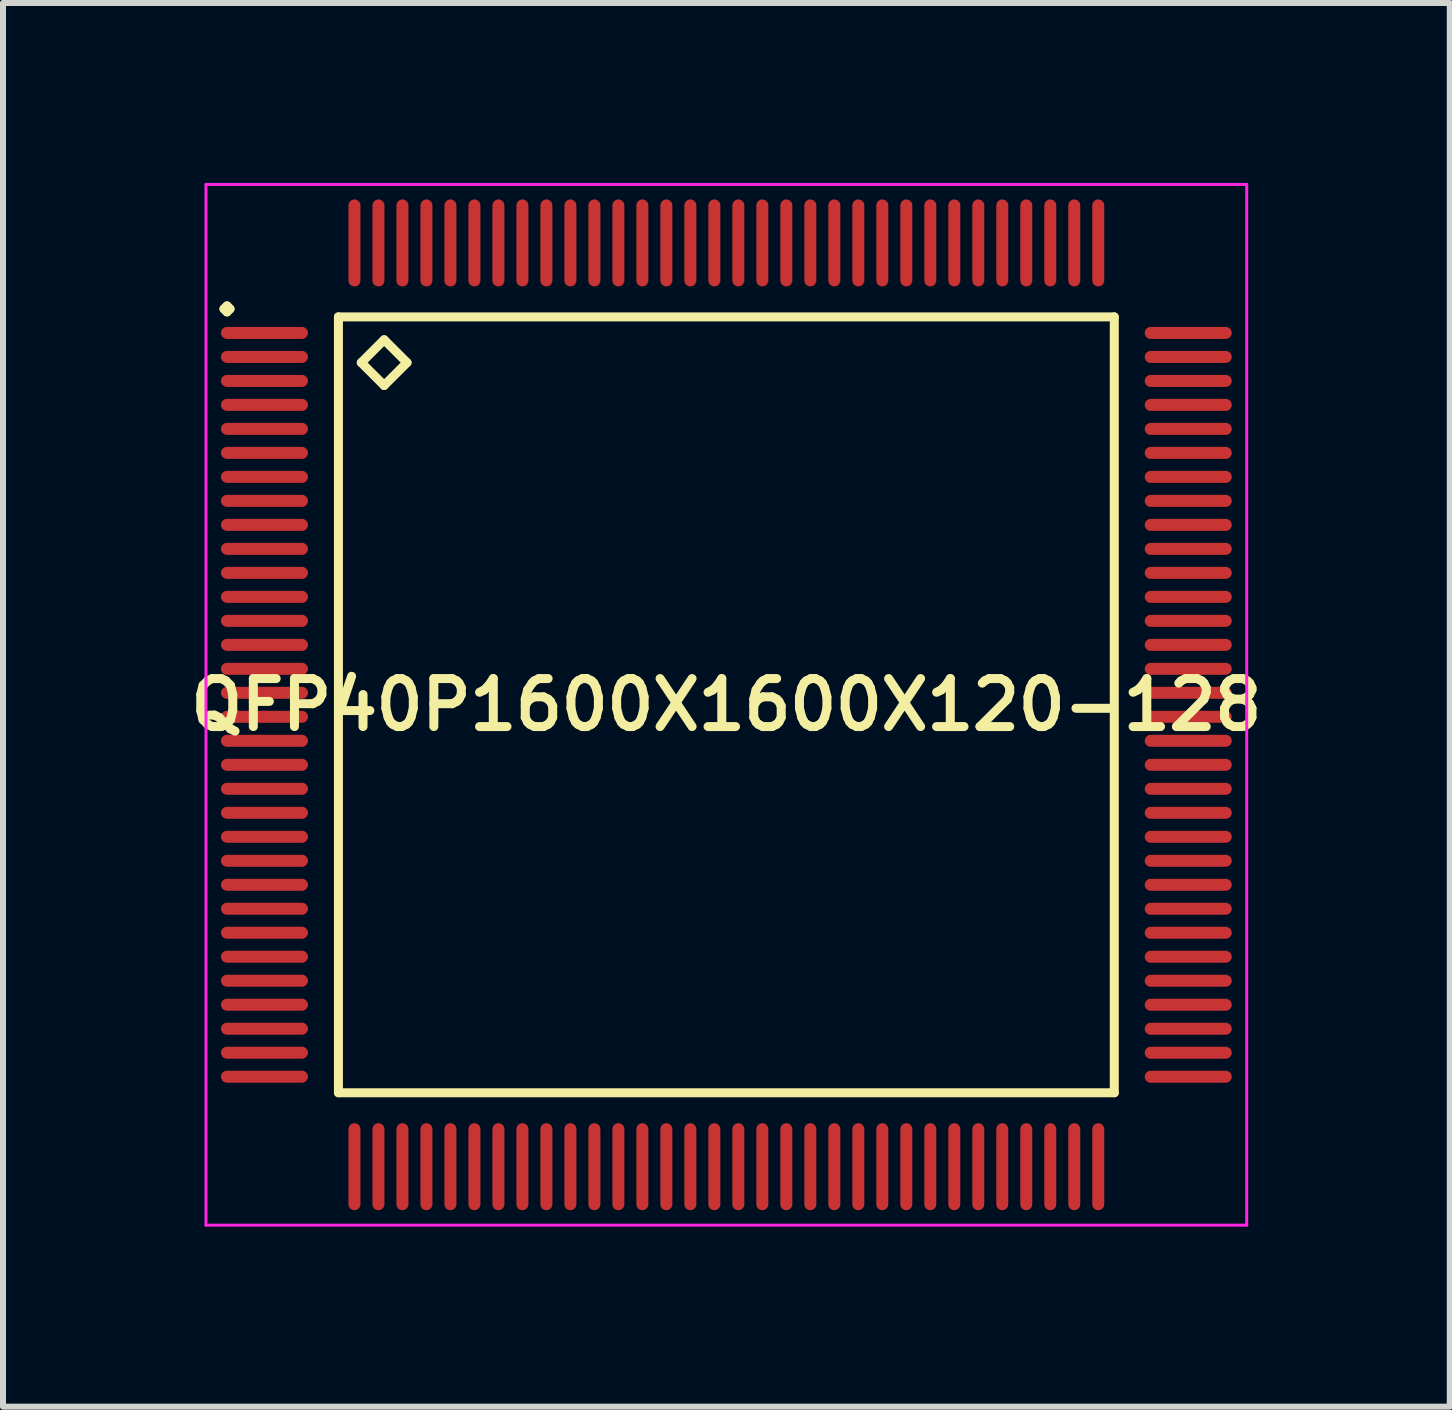
<source format=kicad_pcb>
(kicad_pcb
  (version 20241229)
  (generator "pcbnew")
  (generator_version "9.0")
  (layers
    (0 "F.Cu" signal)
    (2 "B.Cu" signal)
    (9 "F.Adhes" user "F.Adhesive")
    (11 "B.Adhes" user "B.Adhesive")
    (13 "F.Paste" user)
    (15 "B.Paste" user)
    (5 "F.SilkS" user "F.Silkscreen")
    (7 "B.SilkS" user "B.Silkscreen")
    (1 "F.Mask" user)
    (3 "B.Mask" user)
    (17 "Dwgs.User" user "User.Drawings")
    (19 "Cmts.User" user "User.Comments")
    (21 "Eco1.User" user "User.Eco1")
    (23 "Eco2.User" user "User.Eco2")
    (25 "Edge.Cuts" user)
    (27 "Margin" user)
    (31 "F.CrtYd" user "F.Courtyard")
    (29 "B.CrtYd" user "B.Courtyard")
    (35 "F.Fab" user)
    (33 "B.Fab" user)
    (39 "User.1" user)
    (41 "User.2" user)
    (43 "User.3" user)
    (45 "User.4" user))
  (footprint "QFP40P1600X1600X120-128"
    (layer "F.Cu")
    (at 9.059 8.7)
    (property "Reference" "QFP40P1600X1600X120-128" (at 0 0 0) (layer "F.SilkS") (effects (font (size 0.8 0.8) (thickness 0.15))))
    (attr smd)
    (fp_line (start -8.375 -6.6) (end -8.325 -6.65) (stroke (width 0.15) (type solid)) (layer "F.SilkS"))
    (fp_line (start -8.325 -6.65) (end -8.275 -6.6) (stroke (width 0.15) (type solid)) (layer "F.SilkS"))
    (fp_line (start -8.325 -6.55) (end -8.375 -6.6) (stroke (width 0.15) (type solid)) (layer "F.SilkS"))
    (fp_line (start -8.275 -6.6) (end -8.325 -6.55) (stroke (width 0.15) (type solid)) (layer "F.SilkS"))
    (fp_line (start -6.467 -6.467) (end -6.467 6.467) (stroke (width 0.15) (type solid)) (layer "F.SilkS"))
    (fp_line (start -6.467 6.467) (end 6.467 6.467) (stroke (width 0.15) (type solid)) (layer "F.SilkS"))
    (fp_line (start -6.086 -5.705) (end -5.705 -6.086) (stroke (width 0.15) (type solid)) (layer "F.SilkS"))
    (fp_line (start -5.705 -6.086) (end -5.324 -5.705) (stroke (width 0.15) (type solid)) (layer "F.SilkS"))
    (fp_line (start -5.705 -5.324) (end -6.086 -5.705) (stroke (width 0.15) (type solid)) (layer "F.SilkS"))
    (fp_line (start -5.324 -5.705) (end -5.705 -5.324) (stroke (width 0.15) (type solid)) (layer "F.SilkS"))
    (fp_line (start 6.467 -6.467) (end -6.467 -6.467) (stroke (width 0.15) (type solid)) (layer "F.SilkS"))
    (fp_line (start 6.467 6.467) (end 6.467 -6.467) (stroke (width 0.15) (type solid)) (layer "F.SilkS"))
    (fp_line (start -8.675 -8.675) (end 8.675 -8.675) (stroke (width 0.05) (type solid)) (layer "F.CrtYd"))
    (fp_line (start -8.675 8.675) (end -8.675 -8.675) (stroke (width 0.05) (type solid)) (layer "F.CrtYd"))
    (fp_line (start 8.675 -8.675) (end 8.675 8.675) (stroke (width 0.05) (type solid)) (layer "F.CrtYd"))
    (fp_line (start 8.675 8.675) (end -8.675 8.675) (stroke (width 0.05) (type solid)) (layer "F.CrtYd"))
    (pad "1" smd oval (at -7.7 -6.2) (size 1.45 0.2) (layers "F.Cu" "F.Mask" "F.Paste"))
    (pad "2" smd oval (at -7.7 -5.8) (size 1.45 0.2) (layers "F.Cu" "F.Mask" "F.Paste"))
    (pad "3" smd oval (at -7.7 -5.4) (size 1.45 0.2) (layers "F.Cu" "F.Mask" "F.Paste"))
    (pad "4" smd oval (at -7.7 -5) (size 1.45 0.2) (layers "F.Cu" "F.Mask" "F.Paste"))
    (pad "5" smd oval (at -7.7 -4.6) (size 1.45 0.2) (layers "F.Cu" "F.Mask" "F.Paste"))
    (pad "6" smd oval (at -7.7 -4.2) (size 1.45 0.2) (layers "F.Cu" "F.Mask" "F.Paste"))
    (pad "7" smd oval (at -7.7 -3.8) (size 1.45 0.2) (layers "F.Cu" "F.Mask" "F.Paste"))
    (pad "8" smd oval (at -7.7 -3.4) (size 1.45 0.2) (layers "F.Cu" "F.Mask" "F.Paste"))
    (pad "9" smd oval (at -7.7 -3) (size 1.45 0.2) (layers "F.Cu" "F.Mask" "F.Paste"))
    (pad "10" smd oval (at -7.7 -2.6) (size 1.45 0.2) (layers "F.Cu" "F.Mask" "F.Paste"))
    (pad "11" smd oval (at -7.7 -2.2) (size 1.45 0.2) (layers "F.Cu" "F.Mask" "F.Paste"))
    (pad "12" smd oval (at -7.7 -1.8) (size 1.45 0.2) (layers "F.Cu" "F.Mask" "F.Paste"))
    (pad "13" smd oval (at -7.7 -1.4) (size 1.45 0.2) (layers "F.Cu" "F.Mask" "F.Paste"))
    (pad "14" smd oval (at -7.7 -1) (size 1.45 0.2) (layers "F.Cu" "F.Mask" "F.Paste"))
    (pad "15" smd oval (at -7.7 -0.6) (size 1.45 0.2) (layers "F.Cu" "F.Mask" "F.Paste"))
    (pad "16" smd oval (at -7.7 -0.2) (size 1.45 0.2) (layers "F.Cu" "F.Mask" "F.Paste"))
    (pad "17" smd oval (at -7.7 0.2) (size 1.45 0.2) (layers "F.Cu" "F.Mask" "F.Paste"))
    (pad "18" smd oval (at -7.7 0.6) (size 1.45 0.2) (layers "F.Cu" "F.Mask" "F.Paste"))
    (pad "19" smd oval (at -7.7 1) (size 1.45 0.2) (layers "F.Cu" "F.Mask" "F.Paste"))
    (pad "20" smd oval (at -7.7 1.4) (size 1.45 0.2) (layers "F.Cu" "F.Mask" "F.Paste"))
    (pad "21" smd oval (at -7.7 1.8) (size 1.45 0.2) (layers "F.Cu" "F.Mask" "F.Paste"))
    (pad "22" smd oval (at -7.7 2.2) (size 1.45 0.2) (layers "F.Cu" "F.Mask" "F.Paste"))
    (pad "23" smd oval (at -7.7 2.6) (size 1.45 0.2) (layers "F.Cu" "F.Mask" "F.Paste"))
    (pad "24" smd oval (at -7.7 3) (size 1.45 0.2) (layers "F.Cu" "F.Mask" "F.Paste"))
    (pad "25" smd oval (at -7.7 3.4) (size 1.45 0.2) (layers "F.Cu" "F.Mask" "F.Paste"))
    (pad "26" smd oval (at -7.7 3.8) (size 1.45 0.2) (layers "F.Cu" "F.Mask" "F.Paste"))
    (pad "27" smd oval (at -7.7 4.2) (size 1.45 0.2) (layers "F.Cu" "F.Mask" "F.Paste"))
    (pad "28" smd oval (at -7.7 4.6) (size 1.45 0.2) (layers "F.Cu" "F.Mask" "F.Paste"))
    (pad "29" smd oval (at -7.7 5) (size 1.45 0.2) (layers "F.Cu" "F.Mask" "F.Paste"))
    (pad "30" smd oval (at -7.7 5.4) (size 1.45 0.2) (layers "F.Cu" "F.Mask" "F.Paste"))
    (pad "31" smd oval (at -7.7 5.8) (size 1.45 0.2) (layers "F.Cu" "F.Mask" "F.Paste"))
    (pad "32" smd oval (at -7.7 6.2) (size 1.45 0.2) (layers "F.Cu" "F.Mask" "F.Paste"))
    (pad "33" smd oval (at -6.2 7.7) (size 0.2 1.45) (layers "F.Cu" "F.Mask" "F.Paste"))
    (pad "34" smd oval (at -5.8 7.7) (size 0.2 1.45) (layers "F.Cu" "F.Mask" "F.Paste"))
    (pad "35" smd oval (at -5.4 7.7) (size 0.2 1.45) (layers "F.Cu" "F.Mask" "F.Paste"))
    (pad "36" smd oval (at -5 7.7) (size 0.2 1.45) (layers "F.Cu" "F.Mask" "F.Paste"))
    (pad "37" smd oval (at -4.6 7.7) (size 0.2 1.45) (layers "F.Cu" "F.Mask" "F.Paste"))
    (pad "38" smd oval (at -4.2 7.7) (size 0.2 1.45) (layers "F.Cu" "F.Mask" "F.Paste"))
    (pad "39" smd oval (at -3.8 7.7) (size 0.2 1.45) (layers "F.Cu" "F.Mask" "F.Paste"))
    (pad "40" smd oval (at -3.4 7.7) (size 0.2 1.45) (layers "F.Cu" "F.Mask" "F.Paste"))
    (pad "41" smd oval (at -3 7.7) (size 0.2 1.45) (layers "F.Cu" "F.Mask" "F.Paste"))
    (pad "42" smd oval (at -2.6 7.7) (size 0.2 1.45) (layers "F.Cu" "F.Mask" "F.Paste"))
    (pad "43" smd oval (at -2.2 7.7) (size 0.2 1.45) (layers "F.Cu" "F.Mask" "F.Paste"))
    (pad "44" smd oval (at -1.8 7.7) (size 0.2 1.45) (layers "F.Cu" "F.Mask" "F.Paste"))
    (pad "45" smd oval (at -1.4 7.7) (size 0.2 1.45) (layers "F.Cu" "F.Mask" "F.Paste"))
    (pad "46" smd oval (at -1 7.7) (size 0.2 1.45) (layers "F.Cu" "F.Mask" "F.Paste"))
    (pad "47" smd oval (at -0.6 7.7) (size 0.2 1.45) (layers "F.Cu" "F.Mask" "F.Paste"))
    (pad "48" smd oval (at -0.2 7.7) (size 0.2 1.45) (layers "F.Cu" "F.Mask" "F.Paste"))
    (pad "49" smd oval (at 0.2 7.7) (size 0.2 1.45) (layers "F.Cu" "F.Mask" "F.Paste"))
    (pad "50" smd oval (at 0.6 7.7) (size 0.2 1.45) (layers "F.Cu" "F.Mask" "F.Paste"))
    (pad "51" smd oval (at 1 7.7) (size 0.2 1.45) (layers "F.Cu" "F.Mask" "F.Paste"))
    (pad "52" smd oval (at 1.4 7.7) (size 0.2 1.45) (layers "F.Cu" "F.Mask" "F.Paste"))
    (pad "53" smd oval (at 1.8 7.7) (size 0.2 1.45) (layers "F.Cu" "F.Mask" "F.Paste"))
    (pad "54" smd oval (at 2.2 7.7) (size 0.2 1.45) (layers "F.Cu" "F.Mask" "F.Paste"))
    (pad "55" smd oval (at 2.6 7.7) (size 0.2 1.45) (layers "F.Cu" "F.Mask" "F.Paste"))
    (pad "56" smd oval (at 3 7.7) (size 0.2 1.45) (layers "F.Cu" "F.Mask" "F.Paste"))
    (pad "57" smd oval (at 3.4 7.7) (size 0.2 1.45) (layers "F.Cu" "F.Mask" "F.Paste"))
    (pad "58" smd oval (at 3.8 7.7) (size 0.2 1.45) (layers "F.Cu" "F.Mask" "F.Paste"))
    (pad "59" smd oval (at 4.2 7.7) (size 0.2 1.45) (layers "F.Cu" "F.Mask" "F.Paste"))
    (pad "60" smd oval (at 4.6 7.7) (size 0.2 1.45) (layers "F.Cu" "F.Mask" "F.Paste"))
    (pad "61" smd oval (at 5 7.7) (size 0.2 1.45) (layers "F.Cu" "F.Mask" "F.Paste"))
    (pad "62" smd oval (at 5.4 7.7) (size 0.2 1.45) (layers "F.Cu" "F.Mask" "F.Paste"))
    (pad "63" smd oval (at 5.8 7.7) (size 0.2 1.45) (layers "F.Cu" "F.Mask" "F.Paste"))
    (pad "64" smd oval (at 6.2 7.7) (size 0.2 1.45) (layers "F.Cu" "F.Mask" "F.Paste"))
    (pad "65" smd oval (at 7.7 6.2) (size 1.45 0.2) (layers "F.Cu" "F.Mask" "F.Paste"))
    (pad "66" smd oval (at 7.7 5.8) (size 1.45 0.2) (layers "F.Cu" "F.Mask" "F.Paste"))
    (pad "67" smd oval (at 7.7 5.4) (size 1.45 0.2) (layers "F.Cu" "F.Mask" "F.Paste"))
    (pad "68" smd oval (at 7.7 5) (size 1.45 0.2) (layers "F.Cu" "F.Mask" "F.Paste"))
    (pad "69" smd oval (at 7.7 4.6) (size 1.45 0.2) (layers "F.Cu" "F.Mask" "F.Paste"))
    (pad "70" smd oval (at 7.7 4.2) (size 1.45 0.2) (layers "F.Cu" "F.Mask" "F.Paste"))
    (pad "71" smd oval (at 7.7 3.8) (size 1.45 0.2) (layers "F.Cu" "F.Mask" "F.Paste"))
    (pad "72" smd oval (at 7.7 3.4) (size 1.45 0.2) (layers "F.Cu" "F.Mask" "F.Paste"))
    (pad "73" smd oval (at 7.7 3) (size 1.45 0.2) (layers "F.Cu" "F.Mask" "F.Paste"))
    (pad "74" smd oval (at 7.7 2.6) (size 1.45 0.2) (layers "F.Cu" "F.Mask" "F.Paste"))
    (pad "75" smd oval (at 7.7 2.2) (size 1.45 0.2) (layers "F.Cu" "F.Mask" "F.Paste"))
    (pad "76" smd oval (at 7.7 1.8) (size 1.45 0.2) (layers "F.Cu" "F.Mask" "F.Paste"))
    (pad "77" smd oval (at 7.7 1.4) (size 1.45 0.2) (layers "F.Cu" "F.Mask" "F.Paste"))
    (pad "78" smd oval (at 7.7 1) (size 1.45 0.2) (layers "F.Cu" "F.Mask" "F.Paste"))
    (pad "79" smd oval (at 7.7 0.6) (size 1.45 0.2) (layers "F.Cu" "F.Mask" "F.Paste"))
    (pad "80" smd oval (at 7.7 0.2) (size 1.45 0.2) (layers "F.Cu" "F.Mask" "F.Paste"))
    (pad "81" smd oval (at 7.7 -0.2) (size 1.45 0.2) (layers "F.Cu" "F.Mask" "F.Paste"))
    (pad "82" smd oval (at 7.7 -0.6) (size 1.45 0.2) (layers "F.Cu" "F.Mask" "F.Paste"))
    (pad "83" smd oval (at 7.7 -1) (size 1.45 0.2) (layers "F.Cu" "F.Mask" "F.Paste"))
    (pad "84" smd oval (at 7.7 -1.4) (size 1.45 0.2) (layers "F.Cu" "F.Mask" "F.Paste"))
    (pad "85" smd oval (at 7.7 -1.8) (size 1.45 0.2) (layers "F.Cu" "F.Mask" "F.Paste"))
    (pad "86" smd oval (at 7.7 -2.2) (size 1.45 0.2) (layers "F.Cu" "F.Mask" "F.Paste"))
    (pad "87" smd oval (at 7.7 -2.6) (size 1.45 0.2) (layers "F.Cu" "F.Mask" "F.Paste"))
    (pad "88" smd oval (at 7.7 -3) (size 1.45 0.2) (layers "F.Cu" "F.Mask" "F.Paste"))
    (pad "89" smd oval (at 7.7 -3.4) (size 1.45 0.2) (layers "F.Cu" "F.Mask" "F.Paste"))
    (pad "90" smd oval (at 7.7 -3.8) (size 1.45 0.2) (layers "F.Cu" "F.Mask" "F.Paste"))
    (pad "91" smd oval (at 7.7 -4.2) (size 1.45 0.2) (layers "F.Cu" "F.Mask" "F.Paste"))
    (pad "92" smd oval (at 7.7 -4.6) (size 1.45 0.2) (layers "F.Cu" "F.Mask" "F.Paste"))
    (pad "93" smd oval (at 7.7 -5) (size 1.45 0.2) (layers "F.Cu" "F.Mask" "F.Paste"))
    (pad "94" smd oval (at 7.7 -5.4) (size 1.45 0.2) (layers "F.Cu" "F.Mask" "F.Paste"))
    (pad "95" smd oval (at 7.7 -5.8) (size 1.45 0.2) (layers "F.Cu" "F.Mask" "F.Paste"))
    (pad "96" smd oval (at 7.7 -6.2) (size 1.45 0.2) (layers "F.Cu" "F.Mask" "F.Paste"))
    (pad "97" smd oval (at 6.2 -7.7) (size 0.2 1.45) (layers "F.Cu" "F.Mask" "F.Paste"))
    (pad "98" smd oval (at 5.8 -7.7) (size 0.2 1.45) (layers "F.Cu" "F.Mask" "F.Paste"))
    (pad "99" smd oval (at 5.4 -7.7) (size 0.2 1.45) (layers "F.Cu" "F.Mask" "F.Paste"))
    (pad "100" smd oval (at 5 -7.7) (size 0.2 1.45) (layers "F.Cu" "F.Mask" "F.Paste"))
    (pad "101" smd oval (at 4.6 -7.7) (size 0.2 1.45) (layers "F.Cu" "F.Mask" "F.Paste"))
    (pad "102" smd oval (at 4.2 -7.7) (size 0.2 1.45) (layers "F.Cu" "F.Mask" "F.Paste"))
    (pad "103" smd oval (at 3.8 -7.7) (size 0.2 1.45) (layers "F.Cu" "F.Mask" "F.Paste"))
    (pad "104" smd oval (at 3.4 -7.7) (size 0.2 1.45) (layers "F.Cu" "F.Mask" "F.Paste"))
    (pad "105" smd oval (at 3 -7.7) (size 0.2 1.45) (layers "F.Cu" "F.Mask" "F.Paste"))
    (pad "106" smd oval (at 2.6 -7.7) (size 0.2 1.45) (layers "F.Cu" "F.Mask" "F.Paste"))
    (pad "107" smd oval (at 2.2 -7.7) (size 0.2 1.45) (layers "F.Cu" "F.Mask" "F.Paste"))
    (pad "108" smd oval (at 1.8 -7.7) (size 0.2 1.45) (layers "F.Cu" "F.Mask" "F.Paste"))
    (pad "109" smd oval (at 1.4 -7.7) (size 0.2 1.45) (layers "F.Cu" "F.Mask" "F.Paste"))
    (pad "110" smd oval (at 1 -7.7) (size 0.2 1.45) (layers "F.Cu" "F.Mask" "F.Paste"))
    (pad "111" smd oval (at 0.6 -7.7) (size 0.2 1.45) (layers "F.Cu" "F.Mask" "F.Paste"))
    (pad "112" smd oval (at 0.2 -7.7) (size 0.2 1.45) (layers "F.Cu" "F.Mask" "F.Paste"))
    (pad "113" smd oval (at -0.2 -7.7) (size 0.2 1.45) (layers "F.Cu" "F.Mask" "F.Paste"))
    (pad "114" smd oval (at -0.6 -7.7) (size 0.2 1.45) (layers "F.Cu" "F.Mask" "F.Paste"))
    (pad "115" smd oval (at -1 -7.7) (size 0.2 1.45) (layers "F.Cu" "F.Mask" "F.Paste"))
    (pad "116" smd oval (at -1.4 -7.7) (size 0.2 1.45) (layers "F.Cu" "F.Mask" "F.Paste"))
    (pad "117" smd oval (at -1.8 -7.7) (size 0.2 1.45) (layers "F.Cu" "F.Mask" "F.Paste"))
    (pad "118" smd oval (at -2.2 -7.7) (size 0.2 1.45) (layers "F.Cu" "F.Mask" "F.Paste"))
    (pad "119" smd oval (at -2.6 -7.7) (size 0.2 1.45) (layers "F.Cu" "F.Mask" "F.Paste"))
    (pad "120" smd oval (at -3 -7.7) (size 0.2 1.45) (layers "F.Cu" "F.Mask" "F.Paste"))
    (pad "121" smd oval (at -3.4 -7.7) (size 0.2 1.45) (layers "F.Cu" "F.Mask" "F.Paste"))
    (pad "122" smd oval (at -3.8 -7.7) (size 0.2 1.45) (layers "F.Cu" "F.Mask" "F.Paste"))
    (pad "123" smd oval (at -4.2 -7.7) (size 0.2 1.45) (layers "F.Cu" "F.Mask" "F.Paste"))
    (pad "124" smd oval (at -4.6 -7.7) (size 0.2 1.45) (layers "F.Cu" "F.Mask" "F.Paste"))
    (pad "125" smd oval (at -5 -7.7) (size 0.2 1.45) (layers "F.Cu" "F.Mask" "F.Paste"))
    (pad "126" smd oval (at -5.4 -7.7) (size 0.2 1.45) (layers "F.Cu" "F.Mask" "F.Paste"))
    (pad "127" smd oval (at -5.8 -7.7) (size 0.2 1.45) (layers "F.Cu" "F.Mask" "F.Paste"))
    (pad "128" smd oval (at -6.2 -7.7) (size 0.2 1.45) (layers "F.Cu" "F.Mask" "F.Paste")))
  (gr_rect
    (start -3 -3)
    (end 21.119 20.4)
    (stroke (width 0.1) (type default))
    (fill no)
    (layer "Edge.Cuts")))
</source>
